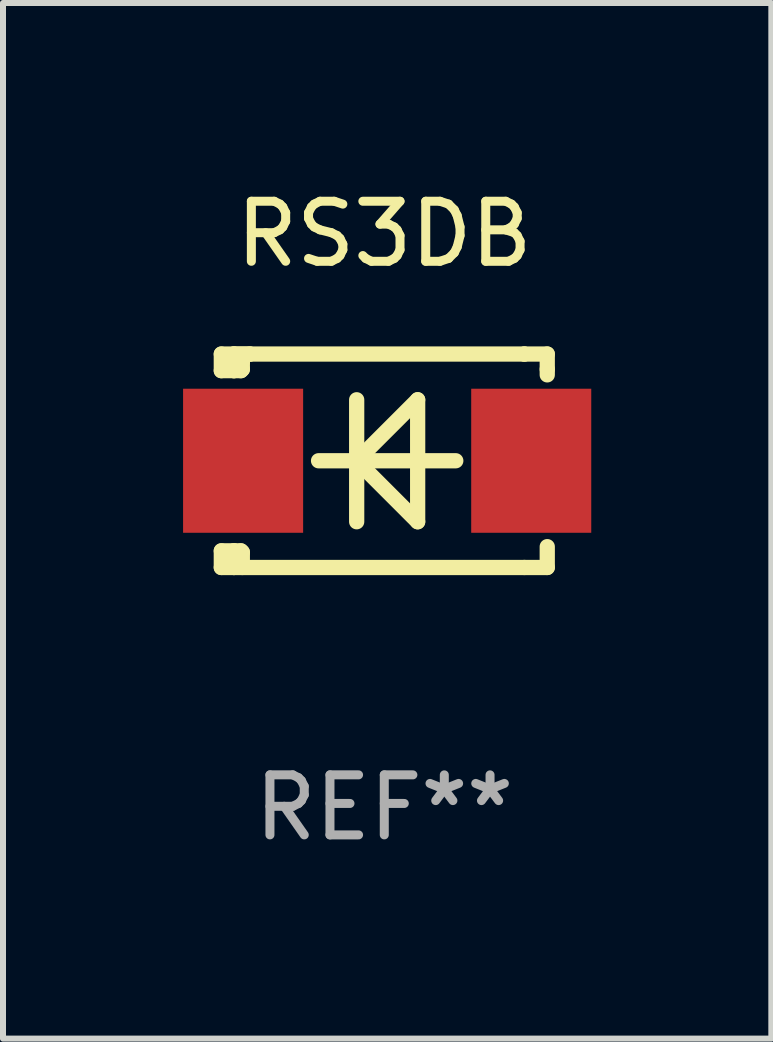
<source format=kicad_pcb>
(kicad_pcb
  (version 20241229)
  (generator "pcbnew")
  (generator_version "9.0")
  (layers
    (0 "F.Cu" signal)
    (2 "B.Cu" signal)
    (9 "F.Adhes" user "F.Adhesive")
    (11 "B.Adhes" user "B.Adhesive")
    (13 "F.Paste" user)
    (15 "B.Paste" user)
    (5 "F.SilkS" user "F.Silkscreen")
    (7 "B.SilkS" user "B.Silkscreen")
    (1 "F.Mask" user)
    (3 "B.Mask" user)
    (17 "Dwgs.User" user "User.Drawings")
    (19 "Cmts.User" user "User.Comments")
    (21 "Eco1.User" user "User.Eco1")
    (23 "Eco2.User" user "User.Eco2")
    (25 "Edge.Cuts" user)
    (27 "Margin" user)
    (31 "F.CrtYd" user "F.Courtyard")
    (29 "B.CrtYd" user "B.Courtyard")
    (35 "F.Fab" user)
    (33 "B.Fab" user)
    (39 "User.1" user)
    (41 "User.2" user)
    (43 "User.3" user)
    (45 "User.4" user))
  (footprint "RS3DB"
    (layer "F.Cu")
    (at 3.352 4.626)
    (property "Reference" "RS3DB" (at 0 -3.778 0) (layer "F.SilkS") (effects (font (size 1 1) (thickness 0.15))))
    (attr through_hole)
    (fp_line (start -2.715 -1.778) (end -2.715 -1.501) (stroke (width 0.254) (type solid)) (layer "F.SilkS"))
    (fp_line (start -2.715 -1.501) (end -2.505 -1.501) (stroke (width 0.254) (type solid)) (layer "F.SilkS"))
    (fp_line (start -2.715 1.501) (end -2.715 1.778) (stroke (width 0.254) (type solid)) (layer "F.SilkS"))
    (fp_line (start -2.715 1.501) (end -2.505 1.501) (stroke (width 0.254) (type solid)) (layer "F.SilkS"))
    (fp_line (start -2.715 1.778) (end -2.504 1.778) (stroke (width 0.254) (type solid)) (layer "F.SilkS"))
    (fp_line (start -2.505 -1.778) (end -2.715 -1.778) (stroke (width 0.254) (type solid)) (layer "F.SilkS"))
    (fp_line (start -2.505 -1.778) (end -2.238 -1.778) (stroke (width 0.254) (type solid)) (layer "F.SilkS"))
    (fp_line (start -2.505 -1.501) (end -2.505 -1.651) (stroke (width 0.254) (type solid)) (layer "F.SilkS"))
    (fp_line (start -2.505 -1.501) (end -2.388 -1.501) (stroke (width 0.254) (type solid)) (layer "F.SilkS"))
    (fp_line (start -2.505 1.501) (end -2.505 1.778) (stroke (width 0.254) (type solid)) (layer "F.SilkS"))
    (fp_line (start -2.505 1.501) (end -2.388 1.501) (stroke (width 0.254) (type solid)) (layer "F.SilkS"))
    (fp_line (start -2.388 1.501) (end -2.365 1.524) (stroke (width 0.254) (type solid)) (layer "F.SilkS"))
    (fp_line (start -2.388 -1.501) (end -2.365 -1.524) (stroke (width 0.254) (type solid)) (layer "F.SilkS"))
    (fp_line (start -2.365 -1.651) (end -2.505 -1.778) (stroke (width 0.254) (type solid)) (layer "F.SilkS"))
    (fp_line (start -2.365 -1.524) (end -2.365 -1.651) (stroke (width 0.254) (type solid)) (layer "F.SilkS"))
    (fp_line (start -2.365 1.524) (end -2.365 1.778) (stroke (width 0.254) (type solid)) (layer "F.SilkS"))
    (fp_line (start -2.239 -1.778) (end 2.333 -1.778) (stroke (width 0.254) (type solid)) (layer "F.SilkS"))
    (fp_line (start -2.238 -1.778) (end -2.505 -1.778) (stroke (width 0.254) (type solid)) (layer "F.SilkS"))
    (fp_line (start -1.095 0) (end 1.191 0) (stroke (width 0.254) (type solid)) (layer "F.SilkS"))
    (fp_line (start -0.46 -1.016) (end -0.46 1.016) (stroke (width 0.254) (type solid)) (layer "F.SilkS"))
    (fp_line (start -0.46 -0.000127) (end 0.556 1.016) (stroke (width 0.254) (type solid)) (layer "F.SilkS"))
    (fp_line (start 0.556 -1.016) (end 0.556 1.016) (stroke (width 0.254) (type solid)) (layer "F.SilkS"))
    (fp_line (start 0.556 -1.016) (end -0.46 -0.000127) (stroke (width 0.254) (type solid)) (layer "F.SilkS"))
    (fp_line (start 2.333 -1.778) (end 2.333 -1.778) (stroke (width 0.254) (type solid)) (layer "F.SilkS"))
    (fp_line (start 2.333 -1.778) (end 2.715 -1.778) (stroke (width 0.254) (type solid)) (layer "F.SilkS"))
    (fp_line (start 2.334 1.778) (end -2.504 1.778) (stroke (width 0.254) (type solid)) (layer "F.SilkS"))
    (fp_line (start 2.715 -1.778) (end 2.715 -1.524) (stroke (width 0.254) (type solid)) (layer "F.SilkS"))
    (fp_line (start 2.715 -1.524) (end 2.715 -1.431) (stroke (width 0.254) (type solid)) (layer "F.SilkS"))
    (fp_line (start 2.715 1.431) (end 2.715 1.778) (stroke (width 0.254) (type solid)) (layer "F.SilkS"))
    (fp_line (start 2.715 1.778) (end 2.334 1.778) (stroke (width 0.254) (type solid)) (layer "F.SilkS"))
    (fp_circle (center -2.602 1.8) (end -2.572 1.8) (stroke (width 0.06) (type solid)) (fill no) (layer "F.SilkS"))
    (fp_text user "REF**" (at 0 5.778 0) (layer "F.Fab") (effects (font (size 1 1) (thickness 0.15))))
    (pad "1" smd rect (at -2.352 -0.000076) (size 2 2.4) (layers "F.Cu" "F.Mask" "F.Paste"))
    (pad "2" smd rect (at 2.448 -0.000076) (size 2 2.4) (layers "F.Cu" "F.Mask" "F.Paste")))
  (gr_rect
    (start -3 -3)
    (end 9.8 14.253)
    (stroke (width 0.1) (type default))
    (fill no)
    (layer "Edge.Cuts")))
</source>
